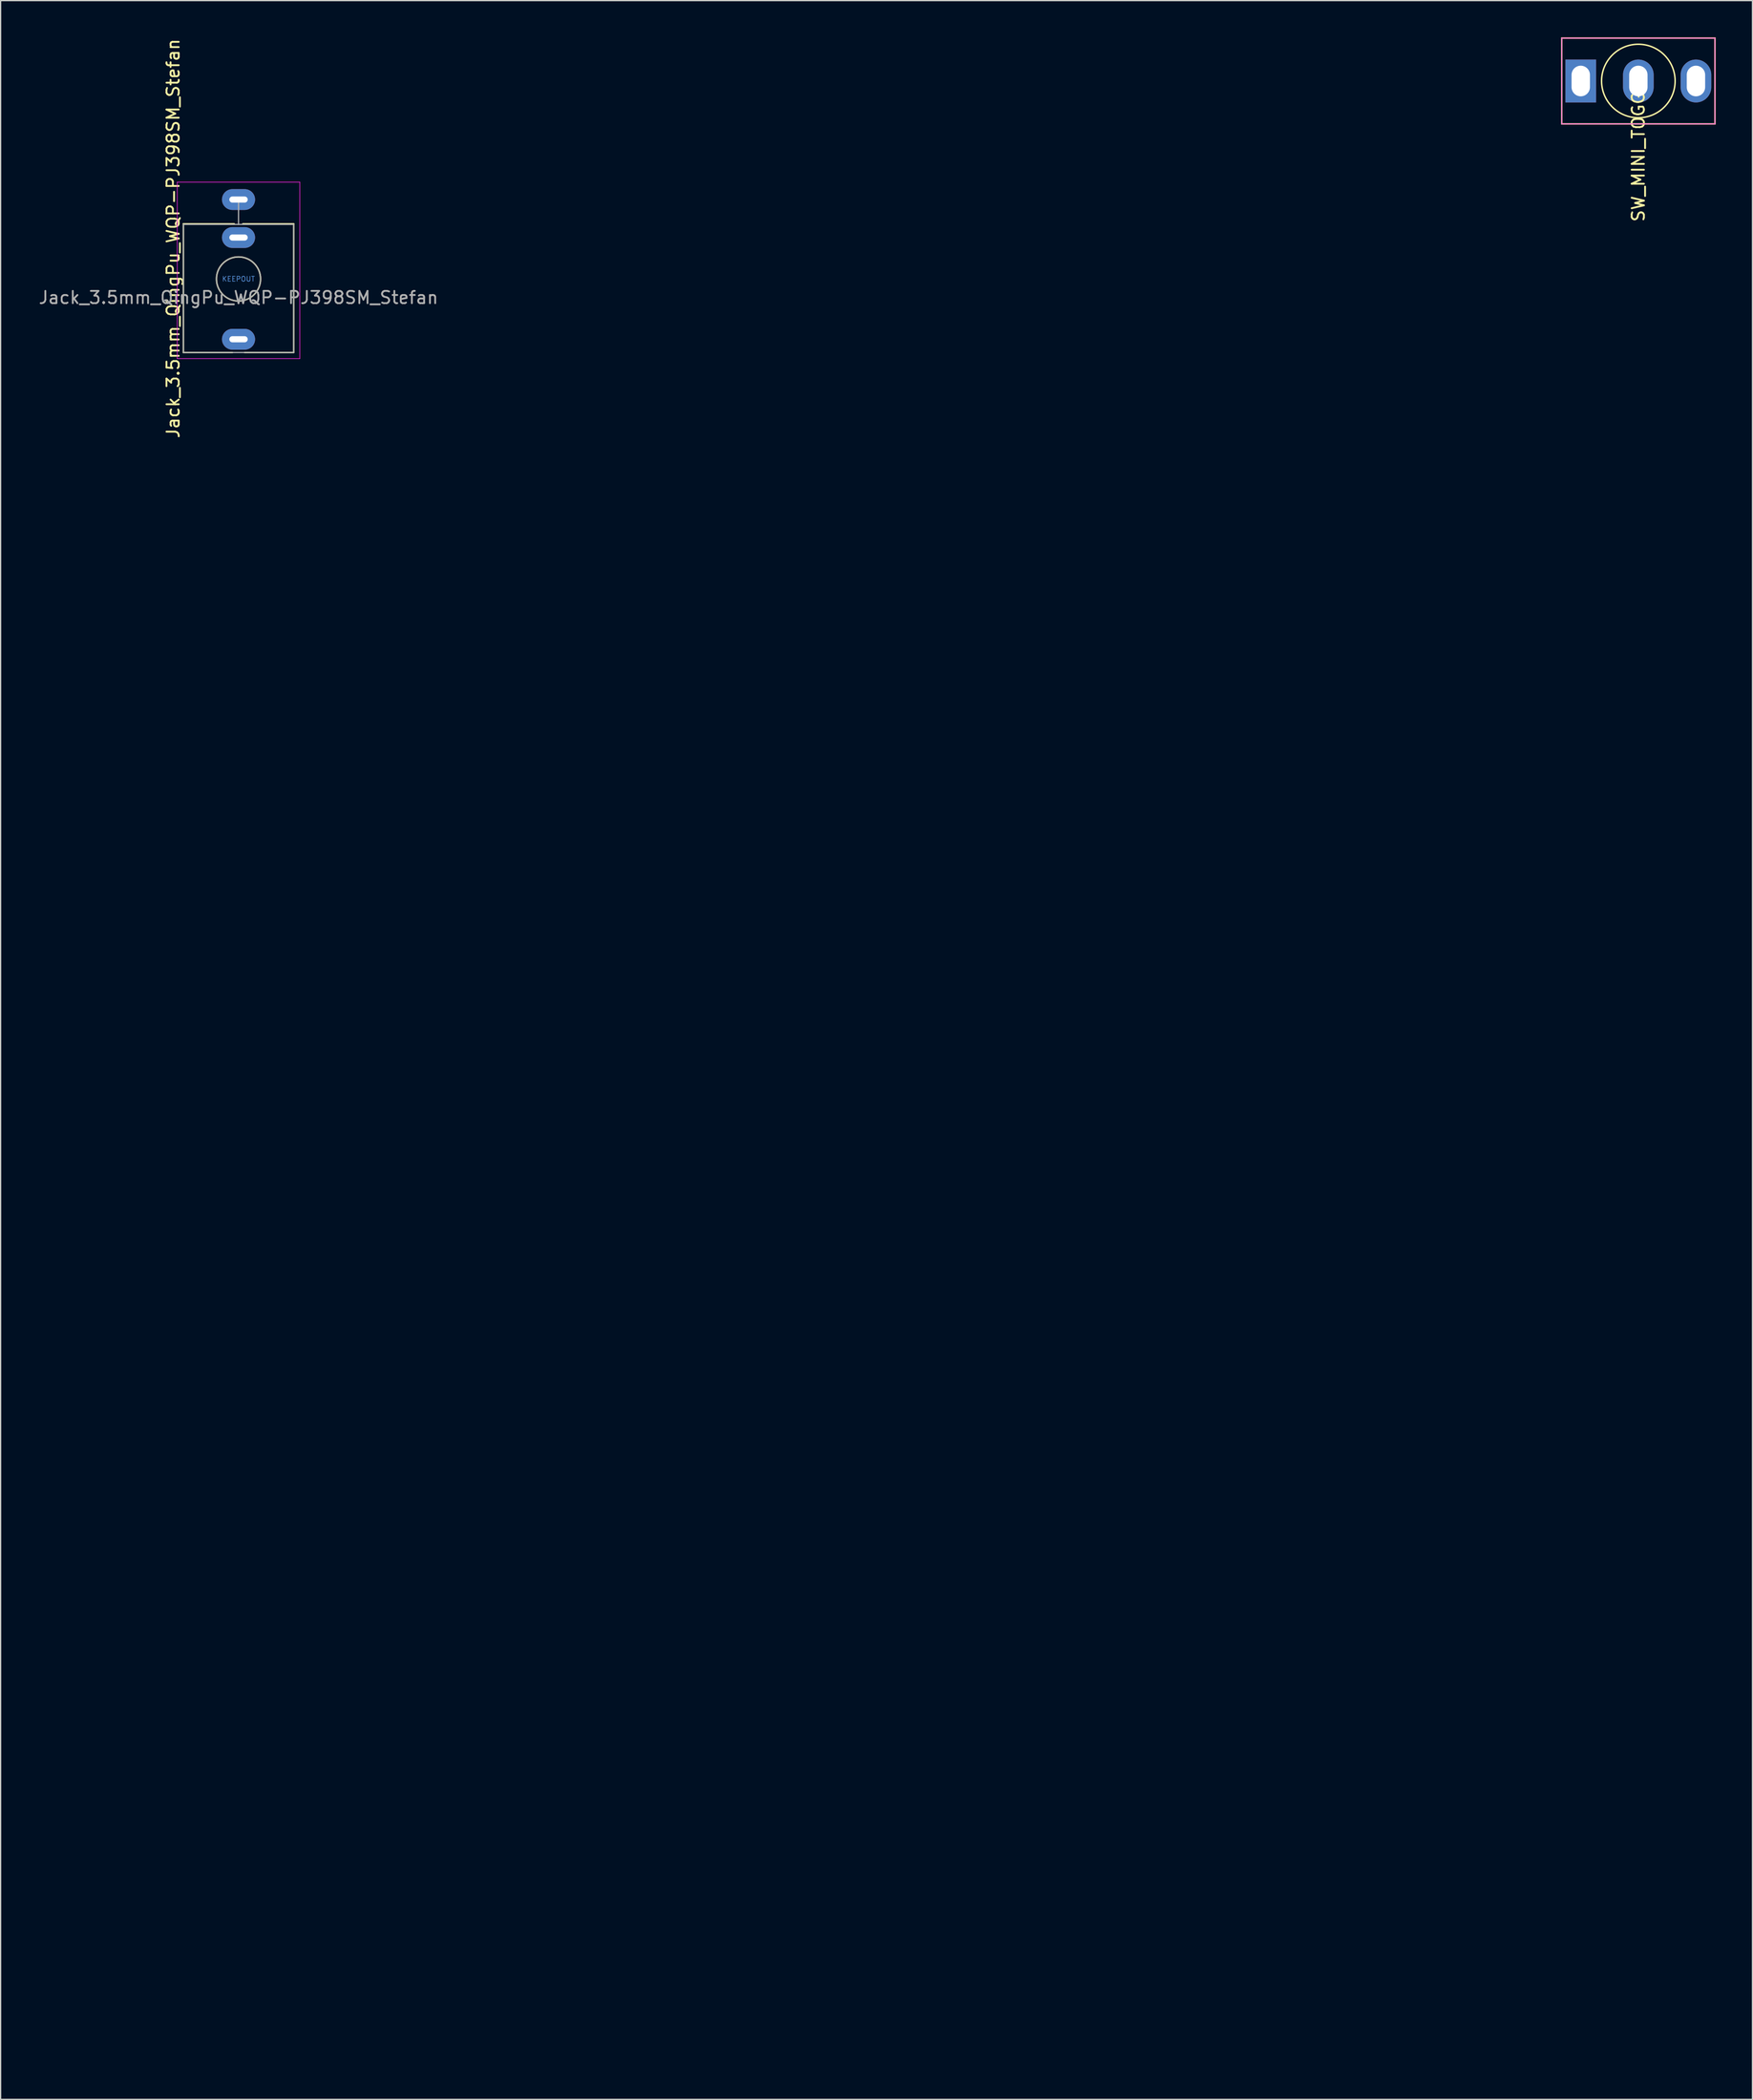
<source format=kicad_pcb>
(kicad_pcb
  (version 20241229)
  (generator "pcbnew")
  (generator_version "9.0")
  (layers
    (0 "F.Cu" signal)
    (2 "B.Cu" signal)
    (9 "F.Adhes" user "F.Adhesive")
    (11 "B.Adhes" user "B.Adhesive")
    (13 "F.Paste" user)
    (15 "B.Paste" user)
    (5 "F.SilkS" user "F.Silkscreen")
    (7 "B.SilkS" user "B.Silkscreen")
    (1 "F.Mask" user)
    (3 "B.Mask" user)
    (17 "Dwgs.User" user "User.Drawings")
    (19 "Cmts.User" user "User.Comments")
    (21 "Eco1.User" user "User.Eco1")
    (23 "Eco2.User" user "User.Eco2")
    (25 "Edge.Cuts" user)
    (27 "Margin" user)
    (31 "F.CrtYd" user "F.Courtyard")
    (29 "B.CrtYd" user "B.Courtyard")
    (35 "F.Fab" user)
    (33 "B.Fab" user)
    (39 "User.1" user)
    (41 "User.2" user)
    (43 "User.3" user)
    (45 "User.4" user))
  (footprint "SW_MINI_TOGGLE"
    (layer "F.Cu")
    (at 130.623 3.56)
    (property "Reference" "SW_MINI_TOGGLE" (at 0 5.334 90) (unlocked yes) (layer "F.SilkS") (effects (font (size 1 1) (thickness 0.15))))
    (attr through_hole)
    (fp_line (start -6.25 -3.5) (end 6.25 -3.5) (stroke (width 0.12) (type solid)) (layer "F.SilkS"))
    (fp_line (start -6.25 3.5) (end -6.25 -3.5) (stroke (width 0.12) (type solid)) (layer "F.SilkS"))
    (fp_line (start 6.25 3.5) (end -6.25 3.5) (stroke (width 0.12) (type solid)) (layer "F.SilkS"))
    (fp_line (start 6.25 3.5) (end 6.25 -3.5) (stroke (width 0.12) (type solid)) (layer "F.SilkS"))
    (fp_circle (center 0 0) (end 3 0) (stroke (width 0.12) (type solid)) (fill no) (layer "F.SilkS"))
    (fp_line (start -6.25 3.5) (end -6.25 -3.5) (stroke (width 0.05) (type solid)) (layer "F.CrtYd"))
    (fp_line (start 6.25 -3.5) (end -6.25 -3.5) (stroke (width 0.05) (type solid)) (layer "F.CrtYd"))
    (fp_line (start 6.25 3.5) (end -6.25 3.5) (stroke (width 0.05) (type solid)) (layer "F.CrtYd"))
    (fp_line (start 6.25 3.5) (end 6.25 -3.5) (stroke (width 0.05) (type solid)) (layer "F.CrtYd"))
    (pad "1" thru_hole rect (at -4.7 0) (size 2.5 3.5) (drill oval 1.5 2.5) (layers "*.Cu" "*.Mask"))
    (pad "2" thru_hole oval (at 0 0) (size 2.5 3.5) (drill oval 1.5 2.5) (layers "*.Cu" "*.Mask"))
    (pad "3" thru_hole oval (at 4.7 0) (size 2.5 3.5) (drill oval 1.5 2.5) (layers "*.Cu" "*.Mask")))
  (footprint "Jack_3.5mm_QingPu_WQP-PJ398SM_Stefan"
    (layer "F.Cu")
    (at 16.411 19.713)
    (property "Reference" "Jack_3.5mm_QingPu_WQP-PJ398SM_Stefan" (at -5.334 -3.302 90) (layer "F.SilkS") (effects (font (size 1 1) (thickness 0.15))))
    (attr through_hole)
    (fp_line (start -4.5 -4.5) (end -4.5 6) (stroke (width 0.12) (type solid)) (layer "F.SilkS"))
    (fp_line (start -0.5 6) (end -4.5 6) (stroke (width 0.12) (type solid)) (layer "F.SilkS"))
    (fp_line (start -0.35 -4.5) (end -4.5 -4.5) (stroke (width 0.12) (type solid)) (layer "F.SilkS"))
    (fp_line (start 4.5 -4.5) (end 0.35 -4.5) (stroke (width 0.12) (type solid)) (layer "F.SilkS"))
    (fp_line (start 4.5 -4.5) (end 4.5 6) (stroke (width 0.12) (type solid)) (layer "F.SilkS"))
    (fp_line (start 4.5 6) (end 0.5 6) (stroke (width 0.12) (type solid)) (layer "F.SilkS"))
    (fp_circle (center 0 0) (end 1.8 0) (stroke (width 0.12) (type solid)) (fill no) (layer "F.SilkS"))
    (fp_line (start -5 6.5) (end -5 -7.9) (stroke (width 0.05) (type solid)) (layer "F.CrtYd"))
    (fp_line (start 5 -7.9) (end -5 -7.9) (stroke (width 0.05) (type solid)) (layer "F.CrtYd"))
    (fp_line (start 5 6.5) (end -5 6.5) (stroke (width 0.05) (type solid)) (layer "F.CrtYd"))
    (fp_line (start 5 6.5) (end 5 -7.9) (stroke (width 0.05) (type solid)) (layer "F.CrtYd"))
    (fp_line (start -4.5 6) (end -4.5 -4.4) (stroke (width 0.1) (type solid)) (layer "F.Fab"))
    (fp_line (start 0 -6.48) (end 0 -4.45) (stroke (width 0.1) (type solid)) (layer "F.Fab"))
    (fp_line (start 4.5 -4.45) (end -4.5 -4.45) (stroke (width 0.1) (type solid)) (layer "F.Fab"))
    (fp_line (start 4.5 6) (end -4.5 6) (stroke (width 0.1) (type solid)) (layer "F.Fab"))
    (fp_line (start 4.5 6) (end 4.5 -4.4) (stroke (width 0.1) (type solid)) (layer "F.Fab"))
    (fp_circle (center 0 0) (end 1.8 0) (stroke (width 0.1) (type solid)) (fill no) (layer "F.Fab"))
    (fp_text user "KEEPOUT" (at 0 0 0) (layer "Cmts.User") (effects (font (size 0.4 0.4) (thickness 0.051))))
    (fp_text user "${REFERENCE}" (at 0 1.52 0) (layer "F.Fab") (effects (font (size 1 1) (thickness 0.15))))
    (pad "S" thru_hole oval (at 0 -6.48) (size 2.7 1.7) (drill oval 1.5 0.5) (layers "*.Cu" "*.Mask"))
    (pad "T" thru_hole oval (at 0 4.92) (size 2.7 1.7) (drill oval 1.5 0.5) (layers "*.Cu" "*.Mask"))
    (pad "TN" thru_hole oval (at 0 -3.38) (size 2.7 1.7) (drill oval 1.5 0.5) (layers "*.Cu" "*.Mask"))
    (zone (net_name "") (layer "F.Cu") (hatch edge 0.508) (connect_pads) (min_thickness 0.254) (filled_areas_thickness no) (keepout (tracks not_allowed) (vias not_allowed) (pads not_allowed) (copperpour not_allowed) (footprints allowed)) (placement (enabled no)) (fill) (polygon (pts (xy 121.059 163.985) (xy 121.313 164.493) (xy 121.059 165.001) (xy 120.551 165.255) (xy 120.043 165.001) (xy 119.789 164.493) (xy 120.043 163.985) (xy 120.551 163.731)))))
  (gr_rect
    (start -3 -3)
    (end 139.933 168.255)
    (stroke (width 0.1) (type default))
    (fill no)
    (layer "Edge.Cuts")))
</source>
